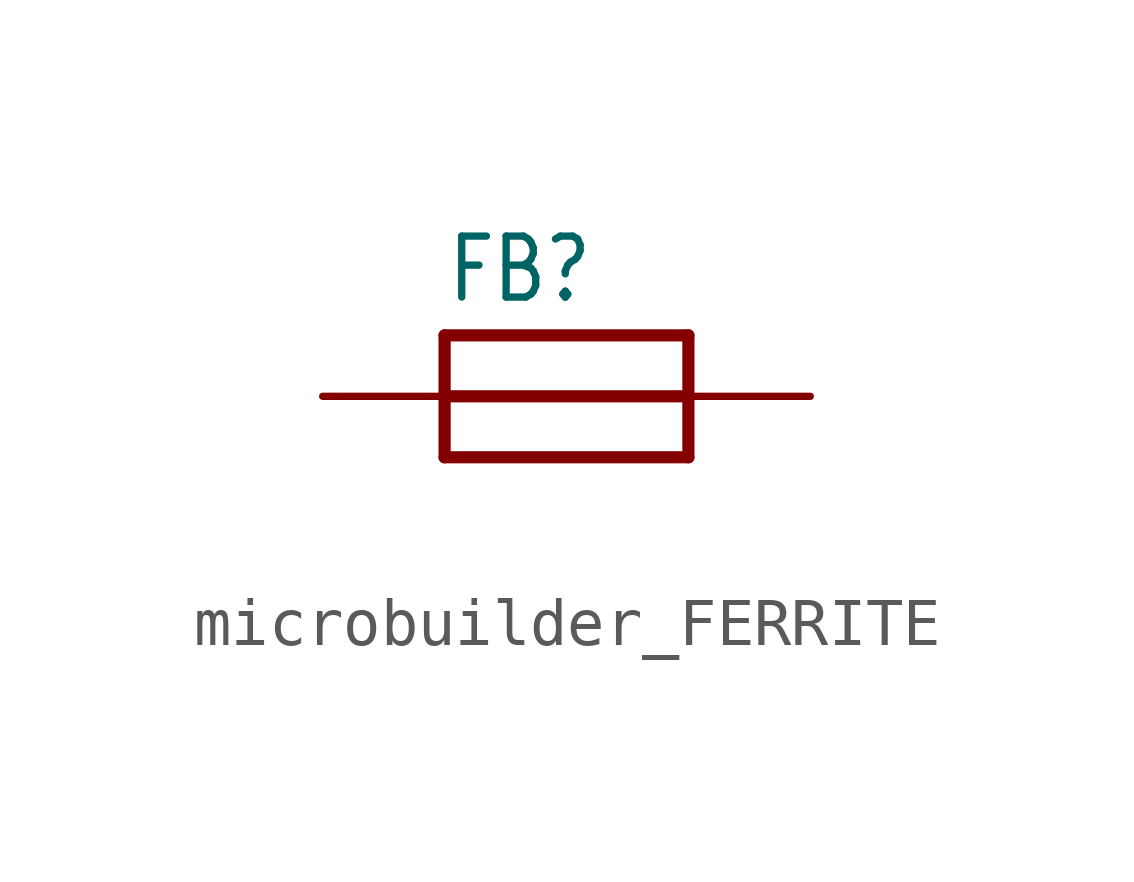
<source format=kicad_sym>
(kicad_symbol_lib
  (version 20220914)
  (generator kicad_symbol_editor)
  (symbol "microbuilder_FERRITE"
    (property "Reference" "FB"
      (at -2.54 1.905 0)
      (effects (font (size 1.27 1.079)) (justify left bottom)))
    (property "Value" ""
      (at -2.54 -3.175 0)
      (effects (font (size 1.27 1.079)) (justify left bottom)))
    (property "ki_locked" ""
      (at 0 0 0)
      (effects (font (size 1.27 1.27))))
    (symbol "microbuilder_FERRITE_1_0"
      (polyline (pts (xy -2.54 -1.27) (xy -2.54 0)) (stroke (width 0.254) (type solid)) (fill (type none)))
      (polyline (pts (xy -2.54 0) (xy -2.54 1.27)) (stroke (width 0.254) (type solid)) (fill (type none)))
      (polyline (pts (xy -2.54 0) (xy 2.54 0)) (stroke (width 0.254) (type solid)) (fill (type none)))
      (polyline (pts (xy -2.54 1.27) (xy 2.54 1.27)) (stroke (width 0.254) (type solid)) (fill (type none)))
      (polyline (pts (xy 2.54 -1.27) (xy -2.54 -1.27)) (stroke (width 0.254) (type solid)) (fill (type none)))
      (polyline (pts (xy 2.54 0) (xy 2.54 -1.27)) (stroke (width 0.254) (type solid)) (fill (type none)))
      (polyline (pts (xy 2.54 1.27) (xy 2.54 0)) (stroke (width 0.254) (type solid)) (fill (type none)))
      (pin bidirectional line (at -5.08 0 0) (length 2.54) (name "P$1" (effects (font (size 0 0)))) (number "1" (effects (font (size 0 0)))))
      (pin bidirectional line (at 5.08 0 180) (length 2.54) (name "P$2" (effects (font (size 0 0)))) (number "2" (effects (font (size 0 0))))))))
</source>
